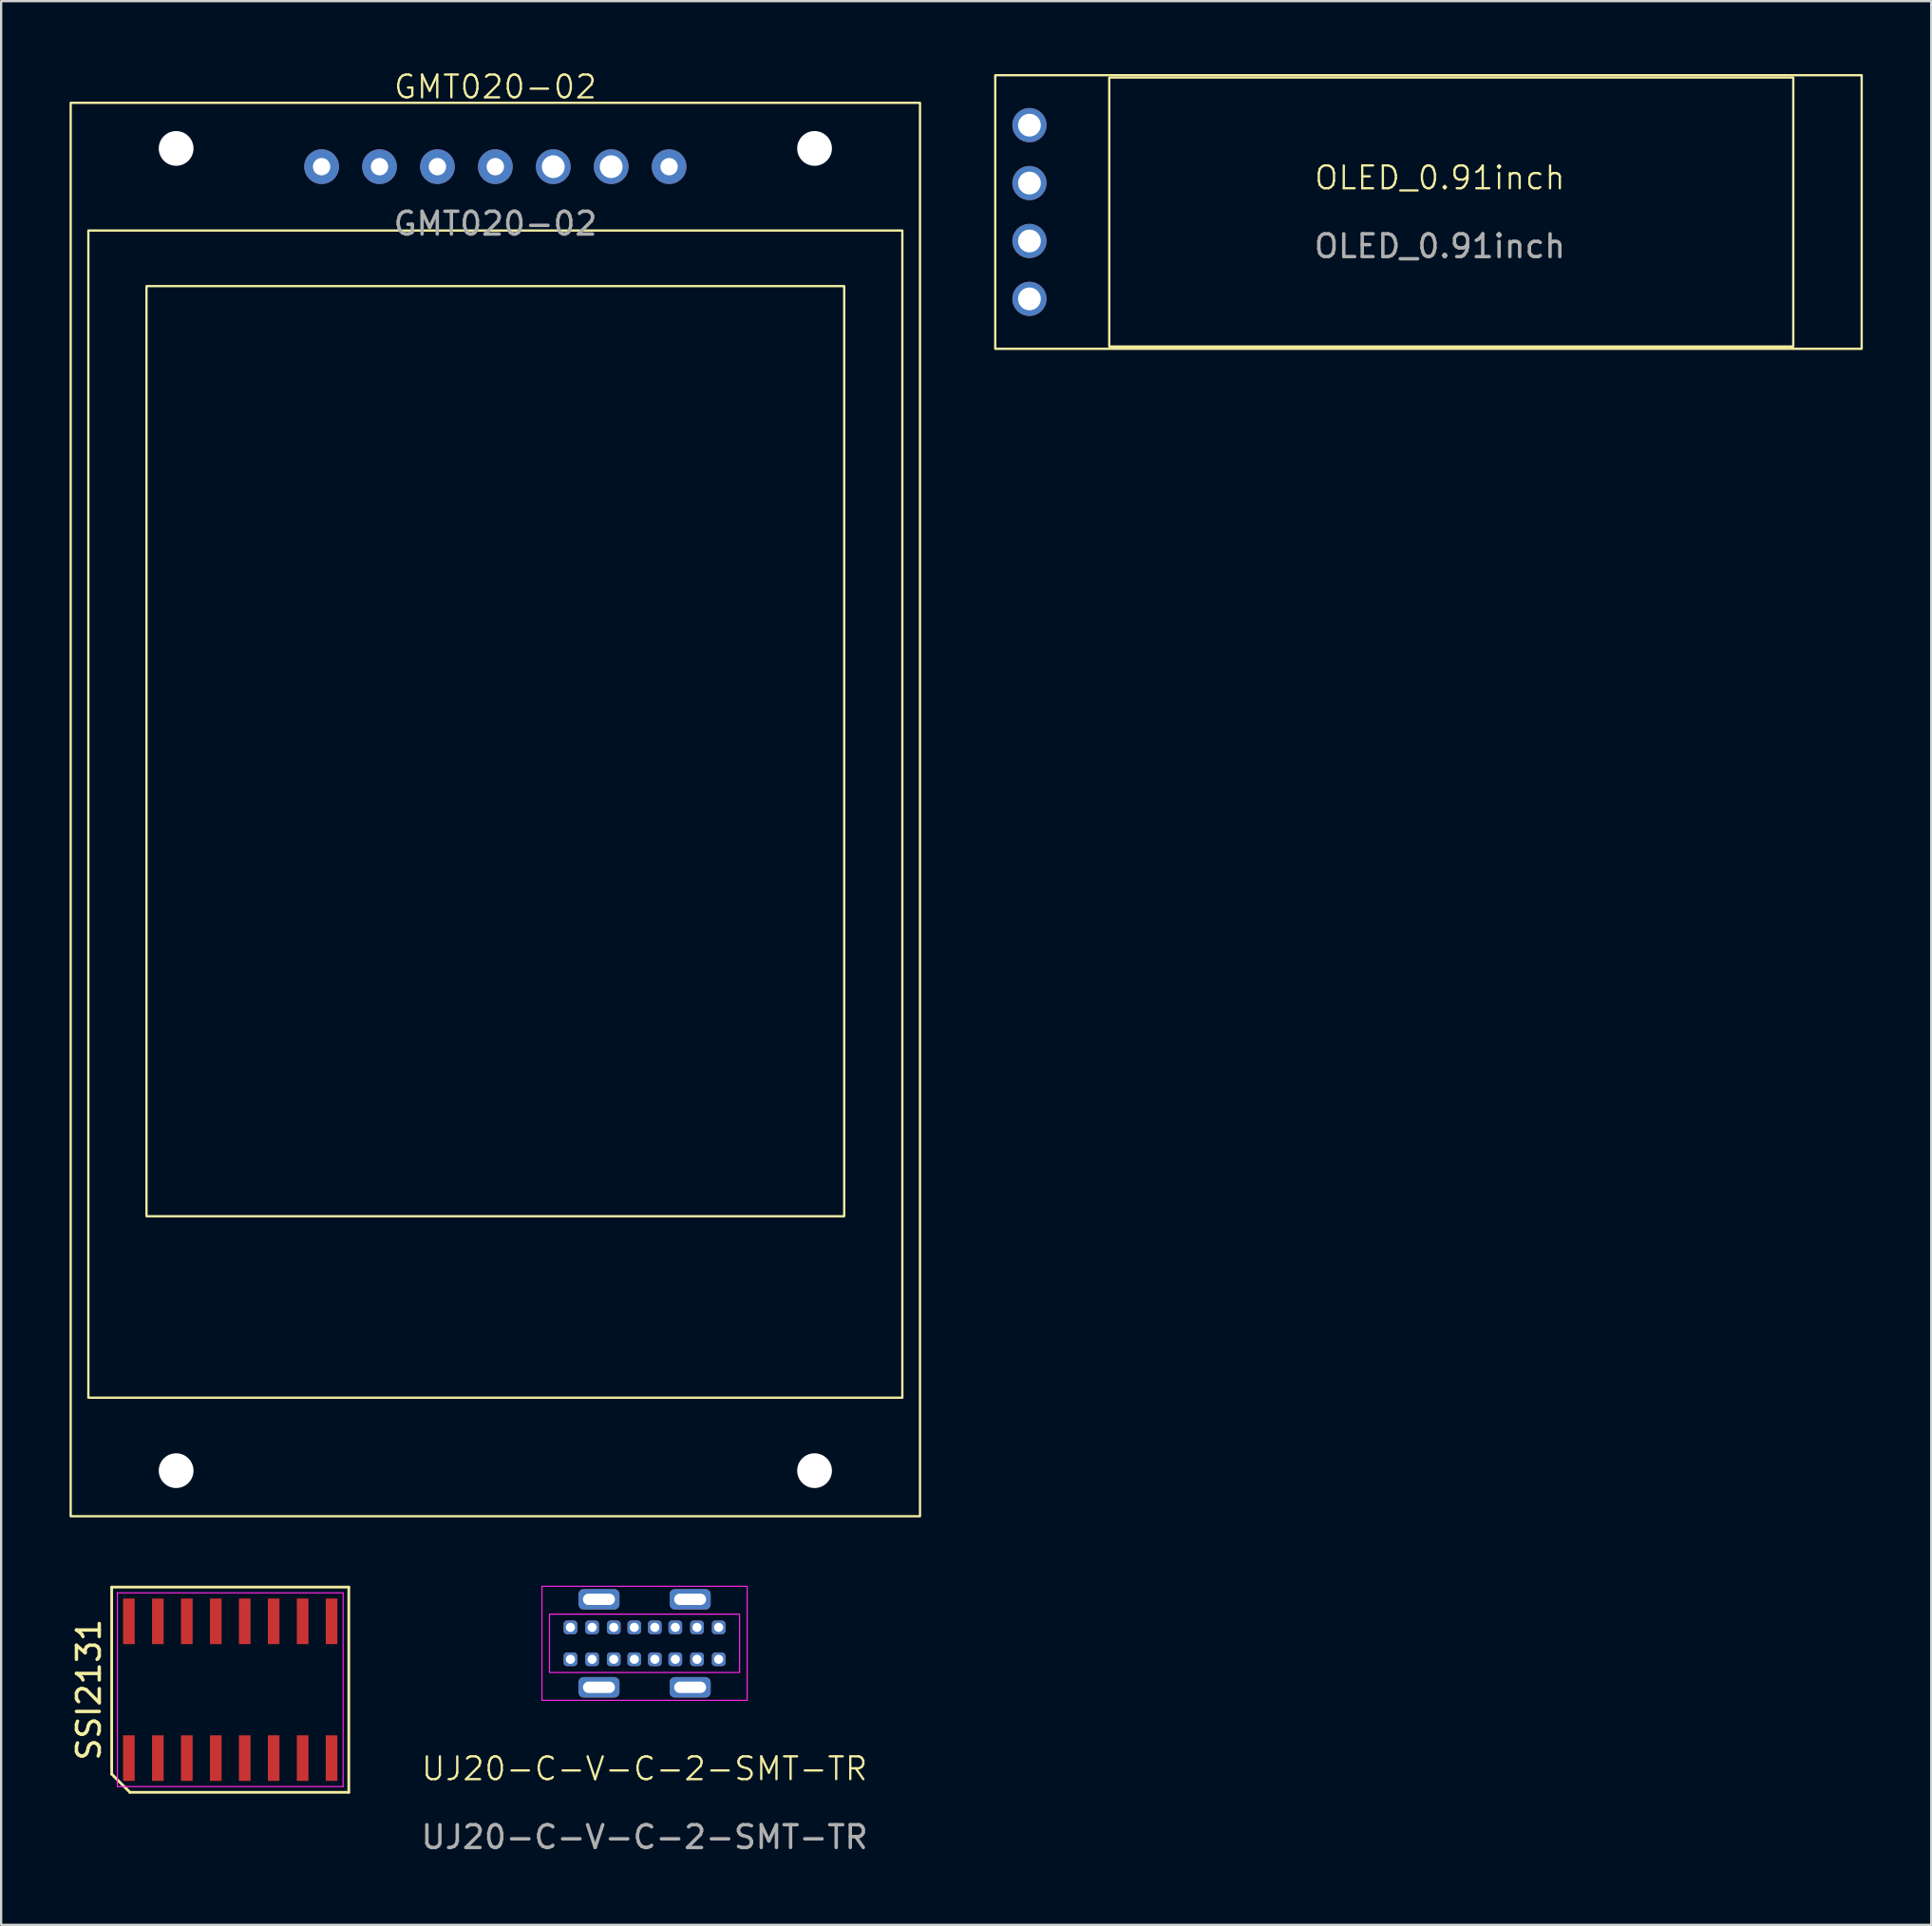
<source format=kicad_pcb>
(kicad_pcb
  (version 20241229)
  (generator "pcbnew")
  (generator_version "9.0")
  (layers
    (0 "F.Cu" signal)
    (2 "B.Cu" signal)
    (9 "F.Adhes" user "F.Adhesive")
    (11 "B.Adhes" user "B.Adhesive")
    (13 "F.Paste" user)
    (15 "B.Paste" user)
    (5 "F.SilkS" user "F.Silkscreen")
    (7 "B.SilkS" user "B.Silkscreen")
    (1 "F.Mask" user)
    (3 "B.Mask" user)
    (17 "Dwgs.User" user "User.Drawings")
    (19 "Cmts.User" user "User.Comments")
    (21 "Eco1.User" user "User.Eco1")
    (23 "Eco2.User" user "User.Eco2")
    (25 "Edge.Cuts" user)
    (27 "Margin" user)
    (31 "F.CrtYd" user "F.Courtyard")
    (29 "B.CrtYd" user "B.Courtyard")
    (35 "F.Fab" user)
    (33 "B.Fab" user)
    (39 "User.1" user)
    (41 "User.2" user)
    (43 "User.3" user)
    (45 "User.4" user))
  (footprint "OLED_0.91inch"
    (layer "F.Cu")
    (at 40.6 0.25)
    (property "Reference" "OLED_0.91inch" (at 19.5 4.5 0) (unlocked yes) (layer "F.SilkS") (effects (font (size 1 1) (thickness 0.1))))
    (fp_rect (start 0 0) (end 38 12) (stroke (width 0.1) (type solid)) (fill no) (layer "F.SilkS"))
    (fp_rect (start 5 0.1) (end 35 11.9) (stroke (width 0.1) (type solid)) (fill no) (layer "F.SilkS"))
    (fp_text user "${REFERENCE}" (at 19.5 7.5 0) (unlocked yes) (layer "F.Fab") (effects (font (size 1 1) (thickness 0.15))))
    (pad "1" thru_hole circle (at 1.5 2.19) (size 1.5 1.5) (drill 1) (layers "*.Cu" "*.Mask"))
    (pad "2" thru_hole circle (at 1.5 4.73) (size 1.5 1.5) (drill 1) (layers "*.Cu" "*.Mask"))
    (pad "3" thru_hole circle (at 1.5 7.27) (size 1.5 1.5) (drill 1) (layers "*.Cu" "*.Mask"))
    (pad "4" thru_hole circle (at 1.5 9.81) (size 1.5 1.5) (drill 1) (layers "*.Cu" "*.Mask")))
  (footprint "UJ20-C-V-C-2-SMT-TR"
    (layer "F.Cu")
    (at 25.219 69.035)
    (property "Reference" "UJ20-C-V-C-2-SMT-TR" (at 0 5.5 0) (unlocked yes) (layer "F.SilkS") (effects (font (size 1 1) (thickness 0.1))))
    (attr smd)
    (fp_rect (start -4.5 -2.5) (end 4.5 2.5) (stroke (width 0.05) (type default)) (fill no) (layer "F.CrtYd"))
    (fp_rect (start -4.17 -1.28) (end 4.17 1.28) (stroke (width 0.05) (type default)) (fill no) (layer "F.CrtYd"))
    (fp_text user "${REFERENCE}" (at 0 8.5 0) (unlocked yes) (layer "F.Fab") (effects (font (size 1 1) (thickness 0.15))))
    (pad "A1" thru_hole roundrect (at -3.25 -0.7 90) (size 0.6 0.6) (drill oval 0.4) (layers "*.Cu" "F.Mask" "F.Paste") (roundrect_rratio 0.25))
    (pad "A4" thru_hole roundrect (at -2.3 -0.7 90) (size 0.6 0.6) (drill oval 0.4) (layers "*.Cu" "F.Mask" "F.Paste") (roundrect_rratio 0.25))
    (pad "A5" thru_hole roundrect (at -1.35 -0.7 90) (size 0.6 0.6) (drill oval 0.4) (layers "*.Cu" "F.Mask" "F.Paste") (roundrect_rratio 0.25))
    (pad "A6" thru_hole roundrect (at -0.45 -0.7 90) (size 0.6 0.6) (drill oval 0.4) (layers "*.Cu" "F.Mask" "F.Paste") (roundrect_rratio 0.25))
    (pad "A7" thru_hole roundrect (at 0.45 -0.7 90) (size 0.6 0.6) (drill oval 0.4) (layers "*.Cu" "F.Mask" "F.Paste") (roundrect_rratio 0.25))
    (pad "A8" thru_hole roundrect (at 1.35 -0.7 90) (size 0.6 0.6) (drill oval 0.4) (layers "*.Cu" "F.Mask" "F.Paste") (roundrect_rratio 0.25))
    (pad "A9" thru_hole roundrect (at 2.3 -0.7 90) (size 0.6 0.6) (drill oval 0.4) (layers "*.Cu" "F.Mask" "F.Paste") (roundrect_rratio 0.25))
    (pad "A12" thru_hole roundrect (at 3.25 -0.7 90) (size 0.6 0.6) (drill oval 0.4) (layers "*.Cu" "F.Mask" "F.Paste") (roundrect_rratio 0.25))
    (pad "B1" thru_hole roundrect (at 3.25 0.7 90) (size 0.6 0.6) (drill oval 0.4) (layers "*.Cu" "F.Mask" "F.Paste") (roundrect_rratio 0.25))
    (pad "B4" thru_hole roundrect (at 2.3 0.7 90) (size 0.6 0.6) (drill oval 0.4) (layers "*.Cu" "F.Mask" "F.Paste") (roundrect_rratio 0.25))
    (pad "B5" thru_hole roundrect (at 1.35 0.7 90) (size 0.6 0.6) (drill oval 0.4) (layers "*.Cu" "F.Mask" "F.Paste") (roundrect_rratio 0.25))
    (pad "B6" thru_hole roundrect (at 0.45 0.7 90) (size 0.6 0.6) (drill oval 0.4) (layers "*.Cu" "F.Mask" "F.Paste") (roundrect_rratio 0.25))
    (pad "B7" thru_hole roundrect (at -0.45 0.7 90) (size 0.6 0.6) (drill oval 0.4) (layers "*.Cu" "F.Mask" "F.Paste") (roundrect_rratio 0.25))
    (pad "B8" thru_hole roundrect (at -1.35 0.7 90) (size 0.6 0.6) (drill oval 0.4) (layers "*.Cu" "F.Mask" "F.Paste") (roundrect_rratio 0.25))
    (pad "B9" thru_hole roundrect (at -2.3 0.7 90) (size 0.6 0.6) (drill oval 0.4) (layers "*.Cu" "F.Mask" "F.Paste") (roundrect_rratio 0.25))
    (pad "B12" thru_hole roundrect (at -3.25 0.7 90) (size 0.6 0.6) (drill oval 0.4) (layers "*.Cu" "F.Mask" "F.Paste") (roundrect_rratio 0.25))
    (pad "SH1" thru_hole roundrect (at -2 -1.93) (size 1.8 0.9) (drill oval 1.4 0.5) (layers "*.Cu" "F.Mask" "F.Paste") (roundrect_rratio 0.25))
    (pad "SH2" thru_hole roundrect (at 2 -1.93) (size 1.8 0.9) (drill oval 1.4 0.5) (layers "*.Cu" "F.Mask" "F.Paste") (roundrect_rratio 0.25))
    (pad "SH3" thru_hole roundrect (at -2 1.93) (size 1.8 0.9) (drill oval 1.4 0.5) (layers "*.Cu" "F.Mask" "F.Paste") (roundrect_rratio 0.25))
    (pad "SH4" thru_hole roundrect (at 2 1.93) (size 1.8 0.9) (drill oval 1.4 0.5) (layers "*.Cu" "F.Mask" "F.Paste") (roundrect_rratio 0.25)))
  (footprint "GMT020-02"
    (layer "F.Cu")
    (at 18.675 4.261)
    (property "Reference" "GMT020-02" (at 0 -3.5 0) (unlocked yes) (layer "F.SilkS") (effects (font (size 1 1) (thickness 0.1))))
    (attr through_hole)
    (fp_rect (start -18.625 -2.8) (end 18.625 59.2) (stroke (width 0.1) (type default)) (fill no) (layer "F.SilkS"))
    (fp_rect (start -17.85 2.8) (end 17.85 54) (stroke (width 0.1) (type default)) (fill no) (layer "F.SilkS"))
    (fp_rect (start -15.3 5.24) (end 15.3 46.04) (stroke (width 0.1) (type default)) (fill no) (layer "F.SilkS"))
    (fp_text user "${REFERENCE}" (at 0 2.5 0) (unlocked yes) (layer "F.Fab") (effects (font (size 1 1) (thickness 0.15))))
    (pad "" np_thru_hole circle (at -14 -0.8) (size 1.524 1.524) (drill 2.5) (layers "*.Cu" "*.Mask"))
    (pad "" np_thru_hole circle (at -14 57.2) (size 1.524 1.524) (drill 2.5) (layers "*.Cu" "*.Mask"))
    (pad "" np_thru_hole circle (at 14 -0.8) (size 1.524 1.524) (drill 2.5) (layers "*.Cu" "*.Mask"))
    (pad "" np_thru_hole circle (at 14 57.2) (size 1.524 1.524) (drill 2.5) (layers "*.Cu" "*.Mask"))
    (pad "1" thru_hole circle (at -7.62 0) (size 1.524 1.524) (drill 0.762) (layers "*.Cu" "*.Mask"))
    (pad "2" thru_hole circle (at -5.08 0) (size 1.524 1.524) (drill 0.762) (layers "*.Cu" "*.Mask"))
    (pad "3" thru_hole circle (at -2.54 0) (size 1.524 1.524) (drill 0.762) (layers "*.Cu" "*.Mask"))
    (pad "4" thru_hole circle (at 0 0) (size 1.524 1.524) (drill 0.762) (layers "*.Cu" "*.Mask"))
    (pad "5" thru_hole circle (at 2.54 0) (size 1.524 1.524) (drill 1) (layers "*.Cu" "*.Mask"))
    (pad "6" thru_hole circle (at 5.08 0) (size 1.524 1.524) (drill 1) (layers "*.Cu" "*.Mask"))
    (pad "7" thru_hole circle (at 7.62 0) (size 1.524 1.524) (drill 0.762) (layers "*.Cu" "*.Mask")))
  (footprint "SSI2131"
    (layer "F.Cu")
    (at 7.048 71.07)
    (property "Reference" "SSI2131" (at -6.2 0 90) (layer "F.SilkS") (effects (font (size 1 1) (thickness 0.15))))
    (attr smd)
    (fp_line (start -5.2 -4.5) (end 5.2 -4.5) (stroke (width 0.12) (type default)) (layer "F.SilkS"))
    (fp_line (start -5.2 3.7) (end -5.2 -4.5) (stroke (width 0.12) (type default)) (layer "F.SilkS"))
    (fp_line (start -4.4 4.5) (end -5.2 3.7) (stroke (width 0.12) (type default)) (layer "F.SilkS"))
    (fp_line (start 5.2 -4.5) (end 5.2 4.5) (stroke (width 0.12) (type default)) (layer "F.SilkS"))
    (fp_line (start 5.2 4.5) (end -4.4 4.5) (stroke (width 0.12) (type default)) (layer "F.SilkS"))
    (fp_line (start -4.95 -4.25) (end 4.95 -4.25) (stroke (width 0.05) (type default)) (layer "F.CrtYd"))
    (fp_line (start -4.95 4.25) (end -4.95 -4.25) (stroke (width 0.05) (type default)) (layer "F.CrtYd"))
    (fp_line (start 4.95 -4.25) (end 4.95 4.25) (stroke (width 0.05) (type default)) (layer "F.CrtYd"))
    (fp_line (start 4.95 4.25) (end -4.95 4.25) (stroke (width 0.05) (type default)) (layer "F.CrtYd"))
    (pad "1" smd rect (at -4.445 3) (size 0.51 2) (layers "F.Cu" "F.Mask" "F.Paste"))
    (pad "2" smd rect (at -3.175 3) (size 0.51 2) (layers "F.Cu" "F.Mask" "F.Paste"))
    (pad "3" smd rect (at -1.905 3) (size 0.51 2) (layers "F.Cu" "F.Mask" "F.Paste"))
    (pad "4" smd rect (at -0.635 3) (size 0.51 2) (layers "F.Cu" "F.Mask" "F.Paste"))
    (pad "5" smd rect (at 0.635 3) (size 0.51 2) (layers "F.Cu" "F.Mask" "F.Paste"))
    (pad "6" smd rect (at 1.905 3) (size 0.51 2) (layers "F.Cu" "F.Mask" "F.Paste"))
    (pad "7" smd rect (at 3.175 3) (size 0.51 2) (layers "F.Cu" "F.Mask" "F.Paste"))
    (pad "8" smd rect (at 4.445 3) (size 0.51 2) (layers "F.Cu" "F.Mask" "F.Paste"))
    (pad "9" smd rect (at 4.445 -3) (size 0.51 2) (layers "F.Cu" "F.Mask" "F.Paste"))
    (pad "10" smd rect (at 3.175 -3) (size 0.51 2) (layers "F.Cu" "F.Mask" "F.Paste"))
    (pad "11" smd rect (at 1.905 -3) (size 0.51 2) (layers "F.Cu" "F.Mask" "F.Paste"))
    (pad "12" smd rect (at 0.635 -3) (size 0.51 2) (layers "F.Cu" "F.Mask" "F.Paste"))
    (pad "13" smd rect (at -0.635 -3) (size 0.51 2) (layers "F.Cu" "F.Mask" "F.Paste"))
    (pad "14" smd rect (at -1.905 -3) (size 0.51 2) (layers "F.Cu" "F.Mask" "F.Paste"))
    (pad "15" smd rect (at -3.175 -3) (size 0.51 2) (layers "F.Cu" "F.Mask" "F.Paste"))
    (pad "16" smd rect (at -4.445 -3) (size 0.51 2) (layers "F.Cu" "F.Mask" "F.Paste")))
  (gr_rect
    (start -3 -3)
    (end 81.65 81.384)
    (stroke (width 0.1) (type default))
    (fill no)
    (layer "Edge.Cuts")))
</source>
